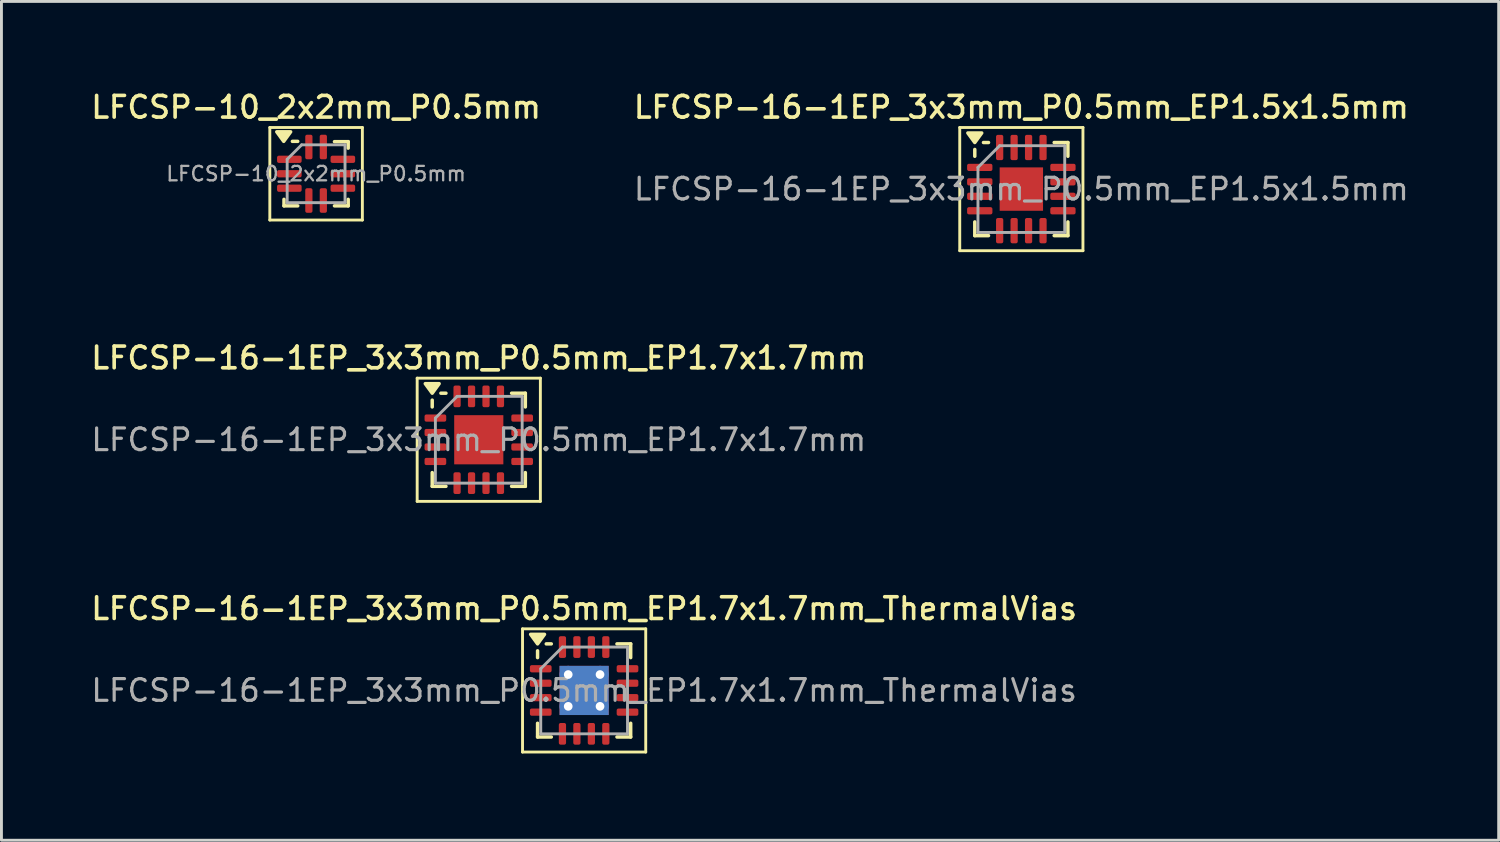
<source format=kicad_pcb>
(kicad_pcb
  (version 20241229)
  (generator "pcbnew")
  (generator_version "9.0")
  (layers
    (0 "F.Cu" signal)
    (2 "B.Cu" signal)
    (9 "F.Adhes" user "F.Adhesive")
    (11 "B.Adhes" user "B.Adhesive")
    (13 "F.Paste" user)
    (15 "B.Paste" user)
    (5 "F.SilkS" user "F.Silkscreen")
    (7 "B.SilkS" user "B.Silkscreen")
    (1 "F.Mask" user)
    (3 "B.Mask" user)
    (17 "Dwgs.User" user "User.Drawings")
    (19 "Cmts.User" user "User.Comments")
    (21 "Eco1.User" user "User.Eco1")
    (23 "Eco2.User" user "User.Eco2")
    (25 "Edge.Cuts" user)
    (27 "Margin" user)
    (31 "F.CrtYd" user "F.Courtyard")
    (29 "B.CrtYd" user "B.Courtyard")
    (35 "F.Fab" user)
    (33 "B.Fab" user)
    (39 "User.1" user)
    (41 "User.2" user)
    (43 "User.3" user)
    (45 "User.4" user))
  (footprint "LFCSP-16-1EP_3x3mm_P0.5mm_EP1.5x1.5mm"
    (layer "F.Cu")
    (at 32.266 3.488)
    (property "Reference" "LFCSP-16-1EP_3x3mm_P0.5mm_EP1.5x1.5mm" (at 0 -2.83 0) (layer "F.SilkS") (effects (font (size 0.75 0.75) (thickness 0.125))))
    (attr smd)
    (fp_line (start -2.13 -2.13) (end -2.13 2.13) (stroke (width 0.1) (type solid)) (layer "F.SilkS"))
    (fp_line (start -2.13 2.13) (end 2.13 2.13) (stroke (width 0.1) (type solid)) (layer "F.SilkS"))
    (fp_line (start -1.61 -1.135) (end -1.61 -1.37) (stroke (width 0.12) (type solid)) (layer "F.SilkS"))
    (fp_line (start -1.61 1.61) (end -1.61 1.135) (stroke (width 0.12) (type solid)) (layer "F.SilkS"))
    (fp_line (start -1.135 -1.61) (end -1.31 -1.61) (stroke (width 0.12) (type solid)) (layer "F.SilkS"))
    (fp_line (start -1.135 1.61) (end -1.61 1.61) (stroke (width 0.12) (type solid)) (layer "F.SilkS"))
    (fp_line (start 1.135 -1.61) (end 1.61 -1.61) (stroke (width 0.12) (type solid)) (layer "F.SilkS"))
    (fp_line (start 1.135 1.61) (end 1.61 1.61) (stroke (width 0.12) (type solid)) (layer "F.SilkS"))
    (fp_line (start 1.61 -1.61) (end 1.61 -1.135) (stroke (width 0.12) (type solid)) (layer "F.SilkS"))
    (fp_line (start 1.61 1.61) (end 1.61 1.135) (stroke (width 0.12) (type solid)) (layer "F.SilkS"))
    (fp_line (start 2.13 -2.13) (end -2.13 -2.13) (stroke (width 0.1) (type solid)) (layer "F.SilkS"))
    (fp_line (start 2.13 2.13) (end 2.13 -2.13) (stroke (width 0.1) (type solid)) (layer "F.SilkS"))
    (fp_poly (pts (xy -1.61 -1.61) (xy -1.85 -1.94) (xy -1.37 -1.94) (xy -1.61 -1.61)) (stroke (width 0.12) (type solid)) (fill yes) (layer "F.SilkS"))
    (fp_line (start -1.5 -0.75) (end -0.75 -1.5) (stroke (width 0.1) (type solid)) (layer "F.Fab"))
    (fp_line (start -1.5 1.5) (end -1.5 -0.75) (stroke (width 0.1) (type solid)) (layer "F.Fab"))
    (fp_line (start -0.75 -1.5) (end 1.5 -1.5) (stroke (width 0.1) (type solid)) (layer "F.Fab"))
    (fp_line (start 1.5 -1.5) (end 1.5 1.5) (stroke (width 0.1) (type solid)) (layer "F.Fab"))
    (fp_line (start 1.5 1.5) (end -1.5 1.5) (stroke (width 0.1) (type solid)) (layer "F.Fab"))
    (fp_text user "${REFERENCE}" (at 0 0 0) (layer "F.Fab") (effects (font (size 0.75 0.75) (thickness 0.11))))
    (pad "" smd roundrect (at -0.375 -0.375) (size 0.6 0.6) (layers "F.Paste") (roundrect_rratio 0.25))
    (pad "" smd roundrect (at -0.375 0.375) (size 0.6 0.6) (layers "F.Paste") (roundrect_rratio 0.25))
    (pad "" smd roundrect (at 0.375 -0.375) (size 0.6 0.6) (layers "F.Paste") (roundrect_rratio 0.25))
    (pad "" smd roundrect (at 0.375 0.375) (size 0.6 0.6) (layers "F.Paste") (roundrect_rratio 0.25))
    (pad "1" smd roundrect (at -1.438 -0.75) (size 0.875 0.25) (layers "F.Cu" "F.Mask" "F.Paste") (roundrect_rratio 0.25))
    (pad "2" smd roundrect (at -1.438 -0.25) (size 0.875 0.25) (layers "F.Cu" "F.Mask" "F.Paste") (roundrect_rratio 0.25))
    (pad "3" smd roundrect (at -1.438 0.25) (size 0.875 0.25) (layers "F.Cu" "F.Mask" "F.Paste") (roundrect_rratio 0.25))
    (pad "4" smd roundrect (at -1.438 0.75) (size 0.875 0.25) (layers "F.Cu" "F.Mask" "F.Paste") (roundrect_rratio 0.25))
    (pad "5" smd roundrect (at -0.75 1.438) (size 0.25 0.875) (layers "F.Cu" "F.Mask" "F.Paste") (roundrect_rratio 0.25))
    (pad "6" smd roundrect (at -0.25 1.438) (size 0.25 0.875) (layers "F.Cu" "F.Mask" "F.Paste") (roundrect_rratio 0.25))
    (pad "7" smd roundrect (at 0.25 1.438) (size 0.25 0.875) (layers "F.Cu" "F.Mask" "F.Paste") (roundrect_rratio 0.25))
    (pad "8" smd roundrect (at 0.75 1.438) (size 0.25 0.875) (layers "F.Cu" "F.Mask" "F.Paste") (roundrect_rratio 0.25))
    (pad "9" smd roundrect (at 1.438 0.75) (size 0.875 0.25) (layers "F.Cu" "F.Mask" "F.Paste") (roundrect_rratio 0.25))
    (pad "10" smd roundrect (at 1.438 0.25) (size 0.875 0.25) (layers "F.Cu" "F.Mask" "F.Paste") (roundrect_rratio 0.25))
    (pad "11" smd roundrect (at 1.438 -0.25) (size 0.875 0.25) (layers "F.Cu" "F.Mask" "F.Paste") (roundrect_rratio 0.25))
    (pad "12" smd roundrect (at 1.438 -0.75) (size 0.875 0.25) (layers "F.Cu" "F.Mask" "F.Paste") (roundrect_rratio 0.25))
    (pad "13" smd roundrect (at 0.75 -1.438) (size 0.25 0.875) (layers "F.Cu" "F.Mask" "F.Paste") (roundrect_rratio 0.25))
    (pad "14" smd roundrect (at 0.25 -1.438) (size 0.25 0.875) (layers "F.Cu" "F.Mask" "F.Paste") (roundrect_rratio 0.25))
    (pad "15" smd roundrect (at -0.25 -1.438) (size 0.25 0.875) (layers "F.Cu" "F.Mask" "F.Paste") (roundrect_rratio 0.25))
    (pad "16" smd roundrect (at -0.75 -1.438) (size 0.25 0.875) (layers "F.Cu" "F.Mask" "F.Paste") (roundrect_rratio 0.25))
    (pad "17" smd rect (at 0 0) (size 1.5 1.5) (property pad_prop_heatsink) (layers "F.Cu" "F.Mask")))
  (footprint "LFCSP-16-1EP_3x3mm_P0.5mm_EP1.7x1.7mm"
    (layer "F.Cu")
    (at 13.505 12.156)
    (property "Reference" "LFCSP-16-1EP_3x3mm_P0.5mm_EP1.7x1.7mm" (at 0 -2.83 0) (layer "F.SilkS") (effects (font (size 0.75 0.75) (thickness 0.125))))
    (attr smd)
    (fp_line (start -2.13 -2.13) (end -2.13 2.13) (stroke (width 0.1) (type solid)) (layer "F.SilkS"))
    (fp_line (start -2.13 2.13) (end 2.13 2.13) (stroke (width 0.1) (type solid)) (layer "F.SilkS"))
    (fp_line (start -1.61 -1.135) (end -1.61 -1.37) (stroke (width 0.12) (type solid)) (layer "F.SilkS"))
    (fp_line (start -1.61 1.61) (end -1.61 1.135) (stroke (width 0.12) (type solid)) (layer "F.SilkS"))
    (fp_line (start -1.135 -1.61) (end -1.31 -1.61) (stroke (width 0.12) (type solid)) (layer "F.SilkS"))
    (fp_line (start -1.135 1.61) (end -1.61 1.61) (stroke (width 0.12) (type solid)) (layer "F.SilkS"))
    (fp_line (start 1.135 -1.61) (end 1.61 -1.61) (stroke (width 0.12) (type solid)) (layer "F.SilkS"))
    (fp_line (start 1.135 1.61) (end 1.61 1.61) (stroke (width 0.12) (type solid)) (layer "F.SilkS"))
    (fp_line (start 1.61 -1.61) (end 1.61 -1.135) (stroke (width 0.12) (type solid)) (layer "F.SilkS"))
    (fp_line (start 1.61 1.61) (end 1.61 1.135) (stroke (width 0.12) (type solid)) (layer "F.SilkS"))
    (fp_line (start 2.13 -2.13) (end -2.13 -2.13) (stroke (width 0.1) (type solid)) (layer "F.SilkS"))
    (fp_line (start 2.13 2.13) (end 2.13 -2.13) (stroke (width 0.1) (type solid)) (layer "F.SilkS"))
    (fp_poly (pts (xy -1.61 -1.61) (xy -1.85 -1.94) (xy -1.37 -1.94) (xy -1.61 -1.61)) (stroke (width 0.12) (type solid)) (fill yes) (layer "F.SilkS"))
    (fp_line (start -1.5 -0.75) (end -0.75 -1.5) (stroke (width 0.1) (type solid)) (layer "F.Fab"))
    (fp_line (start -1.5 1.5) (end -1.5 -0.75) (stroke (width 0.1) (type solid)) (layer "F.Fab"))
    (fp_line (start -0.75 -1.5) (end 1.5 -1.5) (stroke (width 0.1) (type solid)) (layer "F.Fab"))
    (fp_line (start 1.5 -1.5) (end 1.5 1.5) (stroke (width 0.1) (type solid)) (layer "F.Fab"))
    (fp_line (start 1.5 1.5) (end -1.5 1.5) (stroke (width 0.1) (type solid)) (layer "F.Fab"))
    (fp_text user "${REFERENCE}" (at 0 0 0) (layer "F.Fab") (effects (font (size 0.75 0.75) (thickness 0.11))))
    (pad "" smd roundrect (at -0.425 -0.425) (size 0.69 0.69) (layers "F.Paste") (roundrect_rratio 0.25))
    (pad "" smd roundrect (at -0.425 0.425) (size 0.69 0.69) (layers "F.Paste") (roundrect_rratio 0.25))
    (pad "" smd roundrect (at 0.425 -0.425) (size 0.69 0.69) (layers "F.Paste") (roundrect_rratio 0.25))
    (pad "" smd roundrect (at 0.425 0.425) (size 0.69 0.69) (layers "F.Paste") (roundrect_rratio 0.25))
    (pad "1" smd roundrect (at -1.5 -0.75) (size 0.75 0.25) (layers "F.Cu" "F.Mask" "F.Paste") (roundrect_rratio 0.25))
    (pad "2" smd roundrect (at -1.5 -0.25) (size 0.75 0.25) (layers "F.Cu" "F.Mask" "F.Paste") (roundrect_rratio 0.25))
    (pad "3" smd roundrect (at -1.5 0.25) (size 0.75 0.25) (layers "F.Cu" "F.Mask" "F.Paste") (roundrect_rratio 0.25))
    (pad "4" smd roundrect (at -1.5 0.75) (size 0.75 0.25) (layers "F.Cu" "F.Mask" "F.Paste") (roundrect_rratio 0.25))
    (pad "5" smd roundrect (at -0.75 1.5) (size 0.25 0.75) (layers "F.Cu" "F.Mask" "F.Paste") (roundrect_rratio 0.25))
    (pad "6" smd roundrect (at -0.25 1.5) (size 0.25 0.75) (layers "F.Cu" "F.Mask" "F.Paste") (roundrect_rratio 0.25))
    (pad "7" smd roundrect (at 0.25 1.5) (size 0.25 0.75) (layers "F.Cu" "F.Mask" "F.Paste") (roundrect_rratio 0.25))
    (pad "8" smd roundrect (at 0.75 1.5) (size 0.25 0.75) (layers "F.Cu" "F.Mask" "F.Paste") (roundrect_rratio 0.25))
    (pad "9" smd roundrect (at 1.5 0.75) (size 0.75 0.25) (layers "F.Cu" "F.Mask" "F.Paste") (roundrect_rratio 0.25))
    (pad "10" smd roundrect (at 1.5 0.25) (size 0.75 0.25) (layers "F.Cu" "F.Mask" "F.Paste") (roundrect_rratio 0.25))
    (pad "11" smd roundrect (at 1.5 -0.25) (size 0.75 0.25) (layers "F.Cu" "F.Mask" "F.Paste") (roundrect_rratio 0.25))
    (pad "12" smd roundrect (at 1.5 -0.75) (size 0.75 0.25) (layers "F.Cu" "F.Mask" "F.Paste") (roundrect_rratio 0.25))
    (pad "13" smd roundrect (at 0.75 -1.5) (size 0.25 0.75) (layers "F.Cu" "F.Mask" "F.Paste") (roundrect_rratio 0.25))
    (pad "14" smd roundrect (at 0.25 -1.5) (size 0.25 0.75) (layers "F.Cu" "F.Mask" "F.Paste") (roundrect_rratio 0.25))
    (pad "15" smd roundrect (at -0.25 -1.5) (size 0.25 0.75) (layers "F.Cu" "F.Mask" "F.Paste") (roundrect_rratio 0.25))
    (pad "16" smd roundrect (at -0.75 -1.5) (size 0.25 0.75) (layers "F.Cu" "F.Mask" "F.Paste") (roundrect_rratio 0.25))
    (pad "17" smd rect (at 0 0) (size 1.7 1.7) (property pad_prop_heatsink) (layers "F.Cu" "F.Mask")))
  (footprint "LFCSP-16-1EP_3x3mm_P0.5mm_EP1.7x1.7mm_ThermalVias"
    (layer "F.Cu")
    (at 17.148 20.824)
    (property "Reference" "LFCSP-16-1EP_3x3mm_P0.5mm_EP1.7x1.7mm_ThermalVias" (at 0 -2.83 0) (layer "F.SilkS") (effects (font (size 0.75 0.75) (thickness 0.125))))
    (attr smd)
    (fp_line (start -2.13 -2.13) (end -2.13 2.13) (stroke (width 0.1) (type solid)) (layer "F.SilkS"))
    (fp_line (start -2.13 2.13) (end 2.13 2.13) (stroke (width 0.1) (type solid)) (layer "F.SilkS"))
    (fp_line (start -1.61 -1.135) (end -1.61 -1.37) (stroke (width 0.12) (type solid)) (layer "F.SilkS"))
    (fp_line (start -1.61 1.61) (end -1.61 1.135) (stroke (width 0.12) (type solid)) (layer "F.SilkS"))
    (fp_line (start -1.135 -1.61) (end -1.31 -1.61) (stroke (width 0.12) (type solid)) (layer "F.SilkS"))
    (fp_line (start -1.135 1.61) (end -1.61 1.61) (stroke (width 0.12) (type solid)) (layer "F.SilkS"))
    (fp_line (start 1.135 -1.61) (end 1.61 -1.61) (stroke (width 0.12) (type solid)) (layer "F.SilkS"))
    (fp_line (start 1.135 1.61) (end 1.61 1.61) (stroke (width 0.12) (type solid)) (layer "F.SilkS"))
    (fp_line (start 1.61 -1.61) (end 1.61 -1.135) (stroke (width 0.12) (type solid)) (layer "F.SilkS"))
    (fp_line (start 1.61 1.61) (end 1.61 1.135) (stroke (width 0.12) (type solid)) (layer "F.SilkS"))
    (fp_line (start 2.13 -2.13) (end -2.13 -2.13) (stroke (width 0.1) (type solid)) (layer "F.SilkS"))
    (fp_line (start 2.13 2.13) (end 2.13 -2.13) (stroke (width 0.1) (type solid)) (layer "F.SilkS"))
    (fp_poly (pts (xy -1.61 -1.61) (xy -1.85 -1.94) (xy -1.37 -1.94) (xy -1.61 -1.61)) (stroke (width 0.12) (type solid)) (fill yes) (layer "F.SilkS"))
    (fp_line (start -1.5 -0.75) (end -0.75 -1.5) (stroke (width 0.1) (type solid)) (layer "F.Fab"))
    (fp_line (start -1.5 1.5) (end -1.5 -0.75) (stroke (width 0.1) (type solid)) (layer "F.Fab"))
    (fp_line (start -0.75 -1.5) (end 1.5 -1.5) (stroke (width 0.1) (type solid)) (layer "F.Fab"))
    (fp_line (start 1.5 -1.5) (end 1.5 1.5) (stroke (width 0.1) (type solid)) (layer "F.Fab"))
    (fp_line (start 1.5 1.5) (end -1.5 1.5) (stroke (width 0.1) (type solid)) (layer "F.Fab"))
    (fp_text user "${REFERENCE}" (at 0 0 0) (layer "F.Fab") (effects (font (size 0.75 0.75) (thickness 0.11))))
    (pad "" smd roundrect (at -0.425 -0.425) (size 0.74 0.74) (layers "F.Paste") (roundrect_rratio 0.25))
    (pad "" smd roundrect (at -0.425 0.425) (size 0.74 0.74) (layers "F.Paste") (roundrect_rratio 0.25))
    (pad "" smd roundrect (at 0.425 -0.425) (size 0.74 0.74) (layers "F.Paste") (roundrect_rratio 0.25))
    (pad "" smd roundrect (at 0.425 0.425) (size 0.74 0.74) (layers "F.Paste") (roundrect_rratio 0.25))
    (pad "1" smd roundrect (at -1.5 -0.75) (size 0.75 0.25) (layers "F.Cu" "F.Mask" "F.Paste") (roundrect_rratio 0.25))
    (pad "2" smd roundrect (at -1.5 -0.25) (size 0.75 0.25) (layers "F.Cu" "F.Mask" "F.Paste") (roundrect_rratio 0.25))
    (pad "3" smd roundrect (at -1.5 0.25) (size 0.75 0.25) (layers "F.Cu" "F.Mask" "F.Paste") (roundrect_rratio 0.25))
    (pad "4" smd roundrect (at -1.5 0.75) (size 0.75 0.25) (layers "F.Cu" "F.Mask" "F.Paste") (roundrect_rratio 0.25))
    (pad "5" smd roundrect (at -0.75 1.5) (size 0.25 0.75) (layers "F.Cu" "F.Mask" "F.Paste") (roundrect_rratio 0.25))
    (pad "6" smd roundrect (at -0.25 1.5) (size 0.25 0.75) (layers "F.Cu" "F.Mask" "F.Paste") (roundrect_rratio 0.25))
    (pad "7" smd roundrect (at 0.25 1.5) (size 0.25 0.75) (layers "F.Cu" "F.Mask" "F.Paste") (roundrect_rratio 0.25))
    (pad "8" smd roundrect (at 0.75 1.5) (size 0.25 0.75) (layers "F.Cu" "F.Mask" "F.Paste") (roundrect_rratio 0.25))
    (pad "9" smd roundrect (at 1.5 0.75) (size 0.75 0.25) (layers "F.Cu" "F.Mask" "F.Paste") (roundrect_rratio 0.25))
    (pad "10" smd roundrect (at 1.5 0.25) (size 0.75 0.25) (layers "F.Cu" "F.Mask" "F.Paste") (roundrect_rratio 0.25))
    (pad "11" smd roundrect (at 1.5 -0.25) (size 0.75 0.25) (layers "F.Cu" "F.Mask" "F.Paste") (roundrect_rratio 0.25))
    (pad "12" smd roundrect (at 1.5 -0.75) (size 0.75 0.25) (layers "F.Cu" "F.Mask" "F.Paste") (roundrect_rratio 0.25))
    (pad "13" smd roundrect (at 0.75 -1.5) (size 0.25 0.75) (layers "F.Cu" "F.Mask" "F.Paste") (roundrect_rratio 0.25))
    (pad "14" smd roundrect (at 0.25 -1.5) (size 0.25 0.75) (layers "F.Cu" "F.Mask" "F.Paste") (roundrect_rratio 0.25))
    (pad "15" smd roundrect (at -0.25 -1.5) (size 0.25 0.75) (layers "F.Cu" "F.Mask" "F.Paste") (roundrect_rratio 0.25))
    (pad "16" smd roundrect (at -0.75 -1.5) (size 0.25 0.75) (layers "F.Cu" "F.Mask" "F.Paste") (roundrect_rratio 0.25))
    (pad "17" thru_hole circle (at -0.55 -0.55) (size 0.6 0.6) (drill 0.3) (property pad_prop_heatsink) (layers "*.Cu"))
    (pad "17" thru_hole circle (at -0.55 0.55) (size 0.6 0.6) (drill 0.3) (property pad_prop_heatsink) (layers "*.Cu"))
    (pad "17" smd rect (at 0 0) (size 1.7 1.7) (property pad_prop_heatsink) (layers "F.Cu" "F.Mask"))
    (pad "17" smd rect (at 0 0) (size 1.7 1.7) (property pad_prop_heatsink) (layers "B.Cu"))
    (pad "17" thru_hole circle (at 0.55 -0.55) (size 0.6 0.6) (drill 0.3) (property pad_prop_heatsink) (layers "*.Cu"))
    (pad "17" thru_hole circle (at 0.55 0.55) (size 0.6 0.6) (drill 0.3) (property pad_prop_heatsink) (layers "*.Cu")))
  (footprint "LFCSP-10_2x2mm_P0.5mm"
    (layer "F.Cu")
    (at 7.88 2.958)
    (property "Reference" "LFCSP-10_2x2mm_P0.5mm" (at 0 -2.3 0) (layer "F.SilkS") (effects (font (size 0.75 0.75) (thickness 0.125))))
    (attr smd)
    (fp_line (start -1.6 -1.6) (end -1.6 1.6) (stroke (width 0.1) (type solid)) (layer "F.SilkS"))
    (fp_line (start -1.6 1.6) (end 1.6 1.6) (stroke (width 0.1) (type solid)) (layer "F.SilkS"))
    (fp_line (start -1.11 1.11) (end -1.11 0.885) (stroke (width 0.12) (type solid)) (layer "F.SilkS"))
    (fp_line (start -0.635 -1.12) (end -0.82 -1.12) (stroke (width 0.12) (type solid)) (layer "F.SilkS"))
    (fp_line (start -0.635 1.11) (end -1.11 1.11) (stroke (width 0.12) (type solid)) (layer "F.SilkS"))
    (fp_line (start 0.635 -1.11) (end 1.11 -1.11) (stroke (width 0.12) (type solid)) (layer "F.SilkS"))
    (fp_line (start 0.635 1.11) (end 1.11 1.11) (stroke (width 0.12) (type solid)) (layer "F.SilkS"))
    (fp_line (start 1.11 -1.11) (end 1.11 -0.885) (stroke (width 0.12) (type solid)) (layer "F.SilkS"))
    (fp_line (start 1.11 1.11) (end 1.11 0.885) (stroke (width 0.12) (type solid)) (layer "F.SilkS"))
    (fp_line (start 1.6 -1.6) (end -1.6 -1.6) (stroke (width 0.1) (type solid)) (layer "F.SilkS"))
    (fp_line (start 1.6 1.6) (end 1.6 -1.6) (stroke (width 0.1) (type solid)) (layer "F.SilkS"))
    (fp_poly (pts (xy -1.12 -1.12) (xy -1.36 -1.45) (xy -0.88 -1.45) (xy -1.12 -1.12)) (stroke (width 0.12) (type solid)) (fill yes) (layer "F.SilkS"))
    (fp_line (start -1 -0.5) (end -0.5 -1) (stroke (width 0.1) (type solid)) (layer "F.Fab"))
    (fp_line (start -1 1) (end -1 -0.5) (stroke (width 0.1) (type solid)) (layer "F.Fab"))
    (fp_line (start -0.5 -1) (end 1 -1) (stroke (width 0.1) (type solid)) (layer "F.Fab"))
    (fp_line (start 1 -1) (end 1 1) (stroke (width 0.1) (type solid)) (layer "F.Fab"))
    (fp_line (start 1 1) (end -1 1) (stroke (width 0.1) (type solid)) (layer "F.Fab"))
    (fp_text user "${REFERENCE}" (at 0 0 0) (layer "F.Fab") (effects (font (size 0.5 0.5) (thickness 0.08))))
    (pad "1" smd roundrect (at -0.925 -0.5) (size 0.85 0.25) (layers "F.Cu" "F.Mask" "F.Paste") (roundrect_rratio 0.25))
    (pad "2" smd roundrect (at -0.925 0) (size 0.85 0.25) (layers "F.Cu" "F.Mask" "F.Paste") (roundrect_rratio 0.25))
    (pad "3" smd roundrect (at -0.925 0.5) (size 0.85 0.25) (layers "F.Cu" "F.Mask" "F.Paste") (roundrect_rratio 0.25))
    (pad "4" smd roundrect (at -0.25 0.925) (size 0.25 0.85) (layers "F.Cu" "F.Mask" "F.Paste") (roundrect_rratio 0.25))
    (pad "5" smd roundrect (at 0.25 0.925) (size 0.25 0.85) (layers "F.Cu" "F.Mask" "F.Paste") (roundrect_rratio 0.25))
    (pad "6" smd roundrect (at 0.925 0.5) (size 0.85 0.25) (layers "F.Cu" "F.Mask" "F.Paste") (roundrect_rratio 0.25))
    (pad "7" smd roundrect (at 0.925 0) (size 0.85 0.25) (layers "F.Cu" "F.Mask" "F.Paste") (roundrect_rratio 0.25))
    (pad "8" smd roundrect (at 0.925 -0.5) (size 0.85 0.25) (layers "F.Cu" "F.Mask" "F.Paste") (roundrect_rratio 0.25))
    (pad "9" smd roundrect (at 0.25 -0.925) (size 0.25 0.85) (layers "F.Cu" "F.Mask" "F.Paste") (roundrect_rratio 0.25))
    (pad "10" smd roundrect (at -0.25 -0.925) (size 0.25 0.85) (layers "F.Cu" "F.Mask" "F.Paste") (roundrect_rratio 0.25)))
  (gr_rect
    (start -3 -3)
    (end 48.771 26.004)
    (stroke (width 0.1) (type default))
    (fill no)
    (layer "Edge.Cuts")))
</source>
